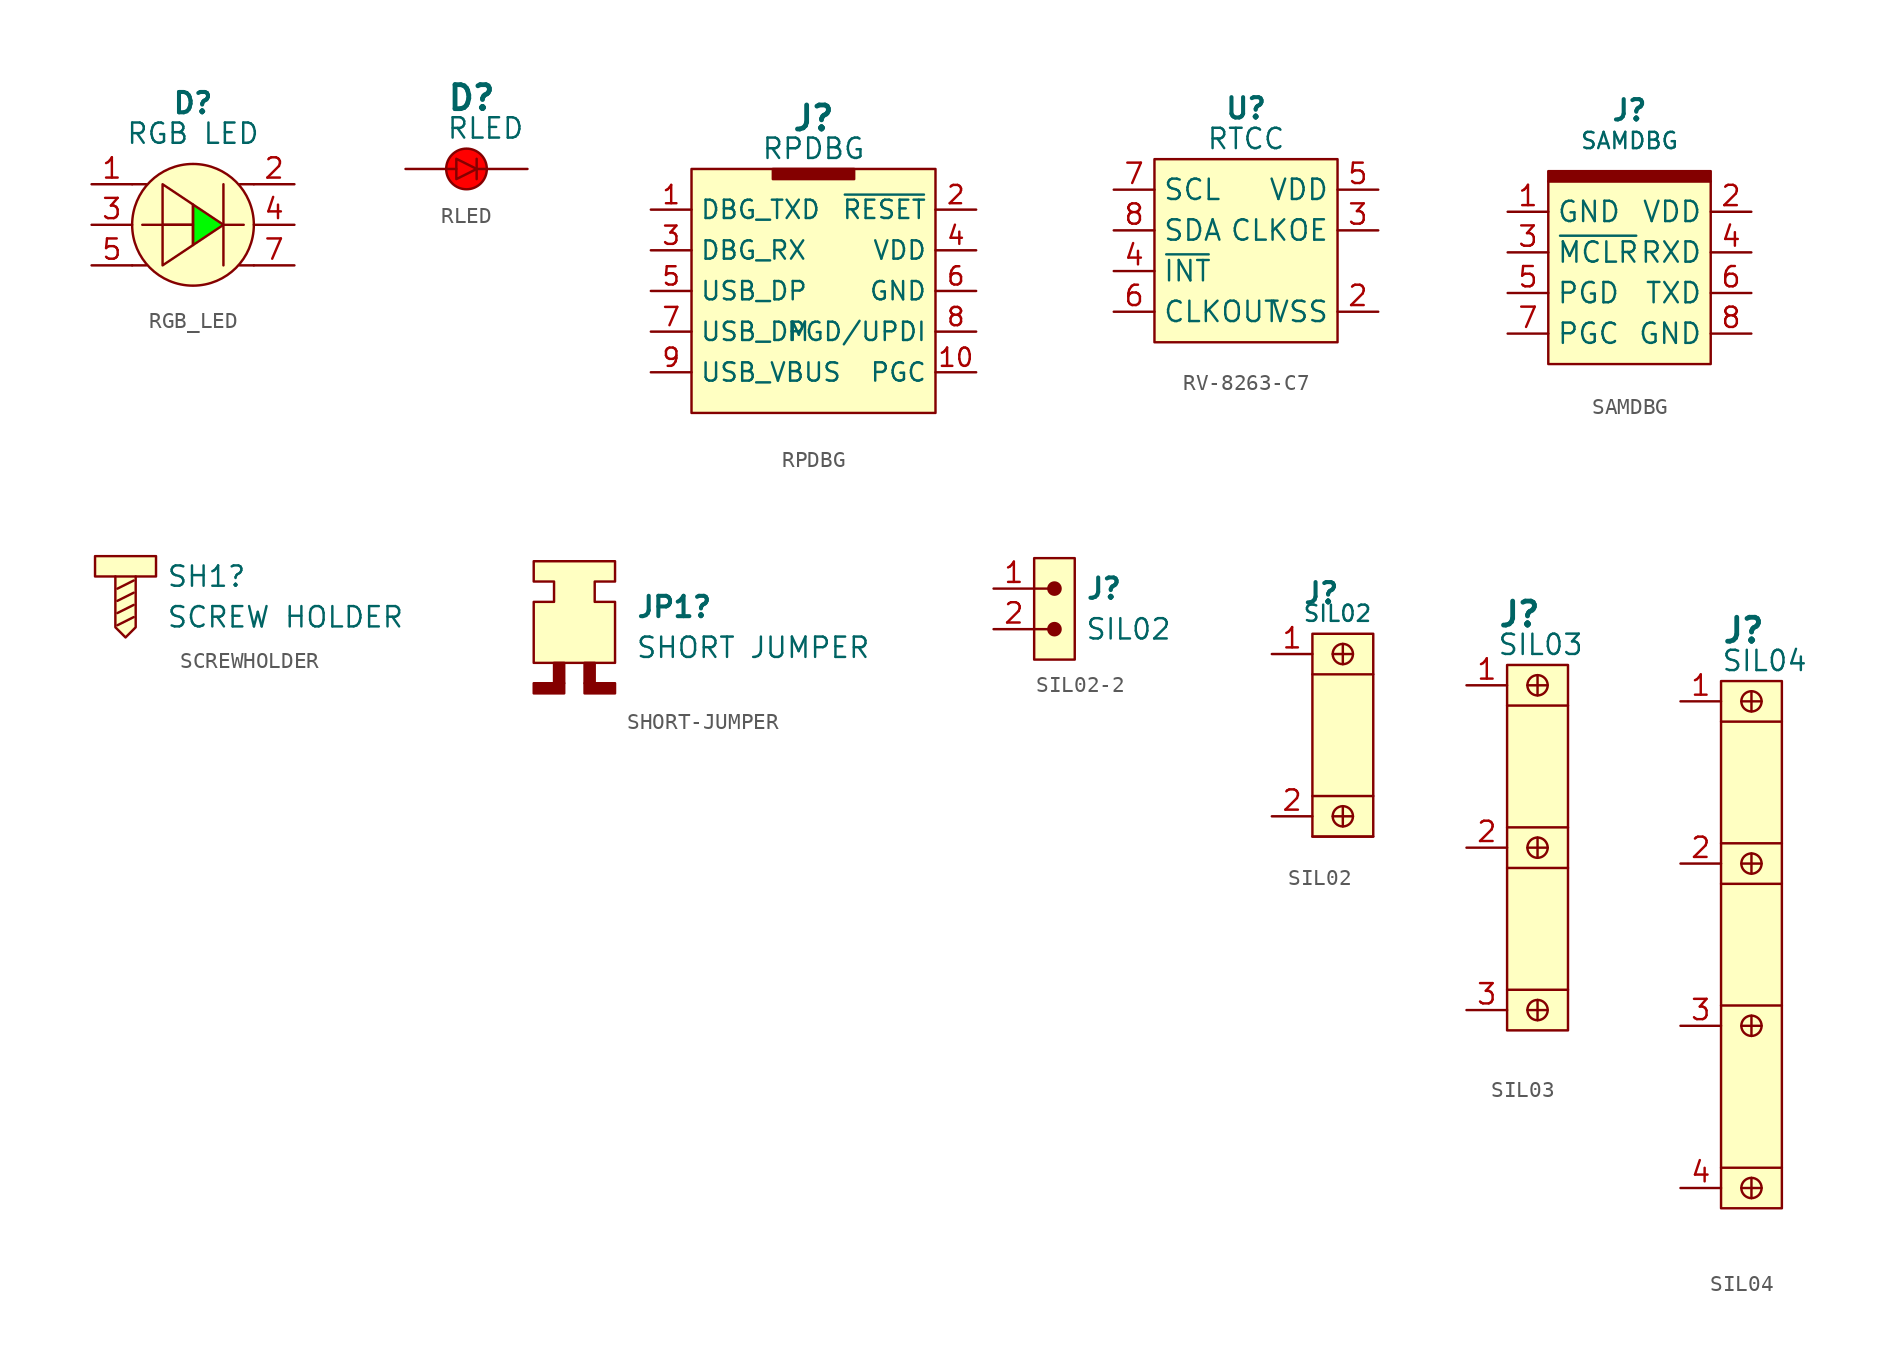
<source format=kicad_sym>
(kicad_symbol_lib
  (version 20231120)
  (generator "kicad_symbol_editor")
  (generator_version "8.0")
  (symbol "RGB_LED"
    (pin_names hide)
    (property "Reference" "D"
      (at 0 0 0)
      (effects (font (size 1.27 1.27) (bold yes))))
    (property "Value" "RGB LED"
      (at 0 -1.905 0)
      (effects (font (size 1.27 1.27))))
    (symbol "RGB_LED_0_1"
      (polyline (pts (xy 1.905 -5.08) (xy 1.905 -10.16)) (stroke (width 0) (type default)) (fill (type none))))
    (symbol "RGB_LED_1_1"
      (circle (center 0 -7.62) (radius 3.81) (stroke (width 0) (type default)) (fill (type background)))
      (polyline (pts (xy -3.81 -10.16) (xy -2.921 -10.16)) (stroke (width 0) (type default)) (fill (type none)))
      (polyline (pts (xy -3.81 -5.08) (xy -2.921 -5.08)) (stroke (width 0) (type default)) (fill (type none)))
      (polyline (pts (xy -1.905 -7.62) (xy -3.175 -7.62)) (stroke (width 0) (type default)) (fill (type none)))
      (polyline (pts (xy 3.175 -7.62) (xy 1.905 -7.62)) (stroke (width 0) (type default)) (fill (type none)))
      (polyline (pts (xy 3.81 -10.16) (xy 2.921 -10.16)) (stroke (width 0) (type default)) (fill (type none)))
      (polyline (pts (xy 3.81 -5.08) (xy 2.921 -5.08)) (stroke (width 0) (type default)) (fill (type none)))
      (polyline (pts (xy 1.905 -7.62) (xy 0 -8.89) (xy 0 -6.35) (xy 1.905 -7.62)) (stroke (width 0) (type default)) (fill (type color) (color 0 250 0 1)))
      (polyline (pts (xy -1.905 -10.16) (xy -1.905 -7.62) (xy 0 -7.62) (xy 0 -8.89) (xy -1.905 -10.16)) (stroke (width 0) (type default)) (fill (type color) (color 0 0 250 1)))
      (polyline (pts (xy -1.905 -5.08) (xy -1.905 -7.62) (xy 0 -7.62) (xy 0 -6.35) (xy -1.905 -5.08)) (stroke (width 0) (type default)) (fill (type color) (color 250 0 0 1)))
      (pin passive line (at -6.35 -5.08 0) (length 2.54) (name "BA" (effects (font (size 1.27 1.27)))) (number "1" (effects (font (size 1.27 1.27)))))
      (pin passive line (at 6.35 -5.08 180) (length 2.54) (name "BK" (effects (font (size 1.27 1.27)))) (number "2" (effects (font (size 1.27 1.27)))))
      (pin passive line (at -6.35 -7.62 0) (length 2.54) (name "RA" (effects (font (size 1.27 1.27)))) (number "3" (effects (font (size 1.27 1.27)))))
      (pin passive line (at 6.35 -7.62 180) (length 2.54) (name "RK" (effects (font (size 1.27 1.27)))) (number "4" (effects (font (size 1.27 1.27)))))
      (pin passive line (at -6.35 -10.16 0) (length 2.54) (name "GA" (effects (font (size 1.27 1.27)))) (number "5" (effects (font (size 1.27 1.27)))))
      (pin passive line (at 6.35 -10.16 180) (length 2.54) (name "GK" (effects (font (size 1.27 1.27)))) (number "7" (effects (font (size 1.27 1.27)))))))
  (symbol "RLED"
    (pin_numbers hide)
    (pin_names hide)
    (property "Reference" "D"
      (at 0 0 0)
      (effects (font (size 1.5 1.5) (bold yes)) (justify left)))
    (property "Value" "RLED"
      (at 0 -1.905 0)
      (effects (font (size 1.27 1.27)) (justify left)))
    (symbol "RLED_0_1"
      (polyline (pts (xy 0 -4.445) (xy 0.635 -4.445)) (stroke (width 0) (type default)) (fill (type none)))
      (polyline (pts (xy 1.905 -4.445) (xy 2.54 -4.445)) (stroke (width 0) (type default)) (fill (type none)))
      (polyline (pts (xy 1.905 -3.81) (xy 1.905 -5.08)) (stroke (width 0) (type default)) (fill (type none))))
    (symbol "RLED_1_1"
      (polyline (pts (xy 0.635 -3.81) (xy 0.635 -5.08) (xy 1.905 -4.445) (xy 0.635 -3.81)) (stroke (width 0) (type default)) (fill (type none)))
      (circle (center 1.27 -4.445) (radius 1.27) (stroke (width 0) (type default)) (fill (type color) (color 255 0 0 1)))
      (pin bidirectional line (at -2.54 -4.445 0) (length 2.54) (name "A" (effects (font (size 1.27 1.27)))) (number "A" (effects (font (size 1.27 1.27)))))
      (pin bidirectional line (at 5.08 -4.445 180) (length 2.54) (name "K" (effects (font (size 1.27 1.27)))) (number "K" (effects (font (size 1.27 1.27)))))))
  (symbol "RPDBG"
    (property "Reference" "J"
      (at 0 10.795 0)
      (effects (font (size 1.5 1.5) (bold yes))))
    (property "Value" "RPDBG"
      (at 0 8.89 0)
      (effects (font (size 1.27 1.27))))
    (symbol "RPDBG_0_1"
      (rectangle (start -7.62 7.62) (end 7.62 -7.62) (stroke (width 0) (type default)) (fill (type background))))
    (symbol "RPDBG_1_1"
      (rectangle (start -2.54 7.62) (end 2.54 6.985) (stroke (width 0) (type default)) (fill (type outline)))
      (pin output line (at -10.16 5.08 0) (length 2.54) (name "DBG_TXD" (effects (font (size 1.143 1.143)))) (number "1" (effects (font (size 1.143 1.143)))))
      (pin output line (at 10.16 -5.08 180) (length 2.54) (name "PGC" (effects (font (size 1.143 1.143)))) (number "10" (effects (font (size 1.143 1.143)))))
      (pin output line (at 10.16 5.08 180) (length 2.54) (name "~{RESET}" (effects (font (size 1.143 1.143)))) (number "2" (effects (font (size 1.143 1.143)))))
      (pin input line (at -10.16 2.54 0) (length 2.54) (name "DBG_RX" (effects (font (size 1.143 1.143)))) (number "3" (effects (font (size 1.143 1.143)))))
      (pin input line (at 10.16 2.54 180) (length 2.54) (name "VDD" (effects (font (size 1.143 1.143)))) (number "4" (effects (font (size 1.143 1.143)))))
      (pin bidirectional line (at -10.16 0 0) (length 2.54) (name "USB_DP" (effects (font (size 1.143 1.143)))) (number "5" (effects (font (size 1.143 1.143)))))
      (pin bidirectional line (at 10.16 0 180) (length 2.54) (name "GND" (effects (font (size 1.143 1.143)))) (number "6" (effects (font (size 1.143 1.143)))))
      (pin bidirectional line (at -10.16 -2.54 0) (length 2.54) (name "USB_DM" (effects (font (size 1.143 1.143)))) (number "7" (effects (font (size 1.143 1.143)))))
      (pin bidirectional line (at 10.16 -2.54 180) (length 2.54) (name "PGD/UPDI" (effects (font (size 1.143 1.143)))) (number "8" (effects (font (size 1.143 1.143)))))
      (pin output line (at -10.16 -5.08 0) (length 2.54) (name "USB_VBUS" (effects (font (size 1.143 1.143)))) (number "9" (effects (font (size 1.143 1.143)))))))
  (symbol "RV-8263-C7"
    (property "Reference" "U"
      (at 0 0 0)
      (effects (font (size 1.27 1.27) (bold yes))))
    (property "Value" "RTCC"
      (at 0 -1.905 0)
      (effects (font (size 1.27 1.27))))
    (symbol "RV-8263-C7_1_1"
      (rectangle (start -5.715 -3.175) (end 5.715 -14.605) (stroke (width 0) (type default)) (fill (type background)))
      (pin no_connect line (at 8.255 -10.16 180) (length 2.54) hide (name "NC" (effects (font (size 1.27 1.27)))) (number "1" (effects (font (size 1.27 1.27)))))
      (pin bidirectional line (at 8.255 -12.7 180) (length 2.54) (name "VSS" (effects (font (size 1.27 1.27)))) (number "2" (effects (font (size 1.27 1.27)))))
      (pin input line (at 8.255 -7.62 180) (length 2.54) (name "CLKOE" (effects (font (size 1.27 1.27)))) (number "3" (effects (font (size 1.27 1.27)))))
      (pin output line (at -8.255 -10.16 0) (length 2.54) (name "~{INT}" (effects (font (size 1.27 1.27)))) (number "4" (effects (font (size 1.27 1.27)))))
      (pin power_in line (at 8.255 -5.08 180) (length 2.54) (name "VDD" (effects (font (size 1.27 1.27)))) (number "5" (effects (font (size 1.27 1.27)))))
      (pin output line (at -8.255 -12.7 0) (length 2.54) (name "CLKOUT" (effects (font (size 1.27 1.27)))) (number "6" (effects (font (size 1.27 1.27)))))
      (pin input line (at -8.255 -5.08 0) (length 2.54) (name "SCL" (effects (font (size 1.27 1.27)))) (number "7" (effects (font (size 1.27 1.27)))))
      (pin bidirectional line (at -8.255 -7.62 0) (length 2.54) (name "SDA" (effects (font (size 1.27 1.27)))) (number "8" (effects (font (size 1.27 1.27)))))))
  (symbol "SAMDBG"
    (property "Reference" "J"
      (at 0 0 0)
      (effects (font (size 1.27 1.27) (bold yes))))
    (property "Value" "SAMDBG"
      (at 0 -1.905 0)
      (effects (font (size 1.016 1.016))))
    (symbol "SAMDBG_1_0"
      (pin bidirectional line (at -7.62 -6.35 0) (length 2.54) (name "GND" (effects (font (size 1.27 1.27)))) (number "1" (effects (font (size 1.27 1.27)))))
      (pin bidirectional line (at 7.62 -6.35 180) (length 2.54) (name "VDD" (effects (font (size 1.27 1.27)))) (number "2" (effects (font (size 1.27 1.27)))))
      (pin bidirectional line (at -7.62 -8.89 0) (length 2.54) (name "~{MCLR}" (effects (font (size 1.27 1.27)))) (number "3" (effects (font (size 1.27 1.27)))))
      (pin bidirectional line (at 7.62 -8.89 180) (length 2.54) (name "RXD" (effects (font (size 1.27 1.27)))) (number "4" (effects (font (size 1.27 1.27)))))
      (pin bidirectional line (at -7.62 -11.43 0) (length 2.54) (name "PGD" (effects (font (size 1.27 1.27)))) (number "5" (effects (font (size 1.27 1.27)))))
      (pin bidirectional line (at 7.62 -11.43 180) (length 2.54) (name "TXD" (effects (font (size 1.27 1.27)))) (number "6" (effects (font (size 1.27 1.27)))))
      (pin bidirectional line (at -7.62 -13.97 0) (length 2.54) (name "PGC" (effects (font (size 1.27 1.27)))) (number "7" (effects (font (size 1.27 1.27)))))
      (pin bidirectional line (at 7.62 -13.97 180) (length 2.54) (name "GND" (effects (font (size 1.27 1.27)))) (number "8" (effects (font (size 1.27 1.27))))))
    (symbol "SAMDBG_1_1"
      (rectangle (start -5.08 -4.445) (end 5.08 -15.875) (stroke (width 0) (type default)) (fill (type background)))
      (rectangle (start -5.08 -3.81) (end 5.08 -4.445) (stroke (width 0) (type default)) (fill (type outline)))))
  (symbol "SCREWHOLDER"
    (pin_numbers hide)
    (pin_names hide)
    (property "Reference" "SH1"
      (at 2.54 -2.54 0)
      (effects (font (size 1.27 1.27)) (justify left)))
    (property "Value" "SCREW HOLDER"
      (at 2.54 -5.08 0)
      (effects (font (size 1.27 1.27)) (justify left)))
    (symbol "SCREWHOLDER_1_1"
      (polyline (pts (xy -0.508 -5.588) (xy 0.508 -5.08)) (stroke (width 0) (type default)) (fill (type none)))
      (polyline (pts (xy -0.508 -4.826) (xy 0.508 -4.318)) (stroke (width 0) (type default)) (fill (type none)))
      (polyline (pts (xy -0.508 -4.064) (xy 0.508 -3.556)) (stroke (width 0) (type default)) (fill (type none)))
      (polyline (pts (xy -0.508 -3.302) (xy 0.508 -2.794)) (stroke (width 0) (type default)) (fill (type none)))
      (polyline (pts (xy 0.635 -2.54) (xy -0.635 -2.54)) (stroke (width 0) (type default)) (fill (type none)))
      (polyline (pts (xy -1.905 -1.27) (xy 1.905 -1.27) (xy 1.905 -2.54) (xy 0.635 -2.54) (xy 0.635 -5.715) (xy 0 -6.35) (xy -0.635 -5.715) (xy -0.635 -2.54) (xy -1.905 -2.54) (xy -1.905 -1.27)) (stroke (width 0) (type default)) (fill (type background)))))
  (symbol "SHORT-JUMPER"
    (property "Reference" "JP1"
      (at 3.81 -6.032 0)
      (effects (font (size 1.27 1.27) (bold yes)) (justify left)))
    (property "Value" "SHORT JUMPER"
      (at 3.81 -8.572 0)
      (effects (font (size 1.27 1.27)) (justify left)))
    (symbol "SHORT-JUMPER_1_1"
      (rectangle (start -2.54 -10.795) (end -0.635 -11.43) (stroke (width 0) (type default)) (fill (type outline)))
      (rectangle (start -1.27 -9.525) (end -0.635 -10.795) (stroke (width 0) (type default)) (fill (type outline)))
      (polyline (pts (xy -2.54 -4.445) (xy -1.27 -4.445) (xy -1.27 -5.715) (xy -2.54 -5.715) (xy -2.54 -9.525) (xy 2.54 -9.525) (xy 2.54 -5.715) (xy 1.27 -5.715) (xy 1.27 -4.445) (xy 2.54 -4.445) (xy 2.54 -3.175) (xy -2.54 -3.175) (xy -2.54 -4.445)) (stroke (width 0) (type default)) (fill (type background)))
      (rectangle (start 0.635 -10.795) (end 2.54 -11.43) (stroke (width 0) (type default)) (fill (type outline)))
      (rectangle (start 0.635 -9.525) (end 1.27 -10.795) (stroke (width 0) (type default)) (fill (type outline)))))
  (symbol "SIL02-2"
    (pin_names hide)
    (property "Reference" "J"
      (at 1.905 -5.08 0)
      (effects (font (size 1.27 1.27) (bold yes)) (justify left)))
    (property "Value" "SIL02"
      (at 1.905 -7.62 0)
      (effects (font (size 1.27 1.27)) (justify left)))
    (symbol "SIL02-2_1_0"
      (pin passive line (at -3.81 -7.62 0) (length 2.54) (name "2" (effects (font (size 1.27 1.27)))) (number "2" (effects (font (size 1.27 1.27))))))
    (symbol "SIL02-2_1_1"
      (rectangle (start -1.27 -3.175) (end 1.27 -9.525) (stroke (width 0) (type default)) (fill (type background)))
      (circle (center 0 -7.62) (radius 0.381) (stroke (width 0) (type default)) (fill (type outline)))
      (circle (center 0 -5.08) (radius 0.381) (stroke (width 0) (type default)) (fill (type outline)))
      (polyline (pts (xy -1.27 -7.62) (xy 0 -7.62)) (stroke (width 0) (type default)) (fill (type none)))
      (polyline (pts (xy -1.27 -5.08) (xy 0 -5.08)) (stroke (width 0) (type default)) (fill (type none)))
      (pin passive line (at -3.81 -5.08 0) (length 2.54) (name "1" (effects (font (size 1.27 1.27)))) (number "1" (effects (font (size 1.27 1.27)))))))
  (symbol "SIL02"
    (pin_names hide)
    (property "Reference" "J"
      (at 0 0 0)
      (effects (font (size 1.27 1.27) (bold yes)) (justify left)))
    (property "Value" "SIL02"
      (at 0 -1.27 0)
      (effects (font (size 1.016 1.016)) (justify left)))
    (symbol "SIL02_0_1"
      (polyline (pts (xy 0.635 -12.7) (xy 4.445 -12.7)) (stroke (width 0) (type default)) (fill (type none)))
      (polyline (pts (xy 0.635 -5.08) (xy 4.445 -5.08)) (stroke (width 0) (type default)) (fill (type none)))
      (polyline (pts (xy 1.905 -13.97) (xy 3.175 -13.97)) (stroke (width 0) (type default)) (fill (type none)))
      (polyline (pts (xy 1.905 -3.81) (xy 3.175 -3.81)) (stroke (width 0) (type default)) (fill (type none)))
      (polyline (pts (xy 2.54 -13.335) (xy 2.54 -14.605)) (stroke (width 0) (type default)) (fill (type none)))
      (polyline (pts (xy 2.54 -3.175) (xy 2.54 -4.445)) (stroke (width 0) (type default)) (fill (type none)))
      (polyline (pts (xy 4.445 -15.24) (xy 0.635 -15.24)) (stroke (width 0) (type default)) (fill (type none)))
      (circle (center 2.54 -13.97) (radius 0.635) (stroke (width 0) (type default)) (fill (type none)))
      (circle (center 2.54 -3.81) (radius 0.635) (stroke (width 0) (type default)) (fill (type none))))
    (symbol "SIL02_1_1"
      (rectangle (start 0.635 -2.54) (end 4.445 -15.24) (stroke (width 0) (type default)) (fill (type background)))
      (pin bidirectional line (at -1.905 -3.81 0) (length 2.54) (name "1" (effects (font (size 1.27 1.27)))) (number "1" (effects (font (size 1.27 1.27)))))
      (pin bidirectional line (at -1.905 -13.97 0) (length 2.54) (name "2" (effects (font (size 1.27 1.27)))) (number "2" (effects (font (size 1.27 1.27)))))))
  (symbol "SIL03"
    (pin_names hide)
    (property "Reference" "J"
      (at -0.635 1.905 0)
      (effects (font (size 1.5 1.5) (bold yes)) (justify left)))
    (property "Value" "SIL03"
      (at -0.635 0 0)
      (effects (font (size 1.27 1.27)) (justify left)))
    (symbol "SIL03_0_1"
      (polyline (pts (xy 0 -21.59) (xy 3.81 -21.59)) (stroke (width 0) (type default)) (fill (type none)))
      (polyline (pts (xy 0 -11.43) (xy 3.81 -11.43)) (stroke (width 0) (type default)) (fill (type none)))
      (polyline (pts (xy 0 -3.81) (xy 3.81 -3.81)) (stroke (width 0) (type default)) (fill (type none)))
      (polyline (pts (xy 1.27 -22.86) (xy 2.54 -22.86)) (stroke (width 0) (type default)) (fill (type none)))
      (polyline (pts (xy 1.27 -12.7) (xy 2.54 -12.7)) (stroke (width 0) (type default)) (fill (type none)))
      (polyline (pts (xy 1.27 -2.54) (xy 2.54 -2.54)) (stroke (width 0) (type default)) (fill (type none)))
      (polyline (pts (xy 1.905 -22.225) (xy 1.905 -23.495)) (stroke (width 0) (type default)) (fill (type none)))
      (polyline (pts (xy 1.905 -12.065) (xy 1.905 -13.335)) (stroke (width 0) (type default)) (fill (type none)))
      (polyline (pts (xy 1.905 -1.905) (xy 1.905 -3.175)) (stroke (width 0) (type default)) (fill (type none)))
      (polyline (pts (xy 3.81 -13.97) (xy 0 -13.97)) (stroke (width 0) (type default)) (fill (type none)))
      (circle (center 1.905 -22.86) (radius 0.635) (stroke (width 0) (type default)) (fill (type none)))
      (circle (center 1.905 -12.7) (radius 0.635) (stroke (width 0) (type default)) (fill (type none)))
      (circle (center 1.905 -2.54) (radius 0.635) (stroke (width 0) (type default)) (fill (type none))))
    (symbol "SIL03_1_1"
      (rectangle (start 0 -1.27) (end 3.81 -24.13) (stroke (width 0) (type default)) (fill (type background)))
      (pin bidirectional line (at -2.54 -2.54 0) (length 2.54) (name "1" (effects (font (size 1.27 1.27)))) (number "1" (effects (font (size 1.27 1.27)))))
      (pin bidirectional line (at -2.54 -12.7 0) (length 2.54) (name "2" (effects (font (size 1.27 1.27)))) (number "2" (effects (font (size 1.27 1.27)))))
      (pin bidirectional line (at -2.54 -22.86 0) (length 2.54) (name "3" (effects (font (size 1.27 1.27)))) (number "3" (effects (font (size 1.27 1.27)))))))
  (symbol "SIL04"
    (pin_names hide)
    (property "Reference" "J"
      (at 0 -0.635 0)
      (effects (font (size 1.5 1.5) (bold yes)) (justify left)))
    (property "Value" "SIL04"
      (at 0 -2.54 0)
      (effects (font (size 1.27 1.27)) (justify left)))
    (symbol "SIL04_0_1"
      (polyline (pts (xy 0 -34.29) (xy 3.81 -34.29)) (stroke (width 0) (type default)) (fill (type none)))
      (polyline (pts (xy 0 -24.13) (xy 3.81 -24.13)) (stroke (width 0) (type default)) (fill (type none)))
      (polyline (pts (xy 0 -13.97) (xy 3.81 -13.97)) (stroke (width 0) (type default)) (fill (type none)))
      (polyline (pts (xy 0 -6.35) (xy 3.81 -6.35)) (stroke (width 0) (type default)) (fill (type none)))
      (polyline (pts (xy 1.27 -35.56) (xy 2.54 -35.56)) (stroke (width 0) (type default)) (fill (type none)))
      (polyline (pts (xy 1.27 -25.4) (xy 2.54 -25.4)) (stroke (width 0) (type default)) (fill (type none)))
      (polyline (pts (xy 1.27 -15.24) (xy 2.54 -15.24)) (stroke (width 0) (type default)) (fill (type none)))
      (polyline (pts (xy 1.27 -5.08) (xy 2.54 -5.08)) (stroke (width 0) (type default)) (fill (type none)))
      (polyline (pts (xy 1.905 -34.925) (xy 1.905 -36.195)) (stroke (width 0) (type default)) (fill (type none)))
      (polyline (pts (xy 1.905 -24.765) (xy 1.905 -26.035)) (stroke (width 0) (type default)) (fill (type none)))
      (polyline (pts (xy 1.905 -14.605) (xy 1.905 -15.875)) (stroke (width 0) (type default)) (fill (type none)))
      (polyline (pts (xy 1.905 -4.445) (xy 1.905 -5.715)) (stroke (width 0) (type default)) (fill (type none)))
      (polyline (pts (xy 3.81 -16.51) (xy 0 -16.51)) (stroke (width 0) (type default)) (fill (type none)))
      (circle (center 1.905 -35.56) (radius 0.635) (stroke (width 0) (type default)) (fill (type none)))
      (circle (center 1.905 -25.4) (radius 0.635) (stroke (width 0) (type default)) (fill (type none)))
      (circle (center 1.905 -15.24) (radius 0.635) (stroke (width 0) (type default)) (fill (type none)))
      (circle (center 1.905 -5.08) (radius 0.635) (stroke (width 0) (type default)) (fill (type none))))
    (symbol "SIL04_1_1"
      (rectangle (start 0 -3.81) (end 3.81 -36.83) (stroke (width 0) (type default)) (fill (type background)))
      (pin bidirectional line (at -2.54 -5.08 0) (length 2.54) (name "1" (effects (font (size 1.27 1.27)))) (number "1" (effects (font (size 1.27 1.27)))))
      (pin bidirectional line (at -2.54 -15.24 0) (length 2.54) (name "2" (effects (font (size 1.27 1.27)))) (number "2" (effects (font (size 1.27 1.27)))))
      (pin bidirectional line (at -2.54 -25.4 0) (length 2.54) (name "3" (effects (font (size 1.27 1.27)))) (number "3" (effects (font (size 1.27 1.27)))))
      (pin bidirectional line (at -2.54 -35.56 0) (length 2.54) (name "4" (effects (font (size 1.27 1.27)))) (number "4" (effects (font (size 1.27 1.27))))))))
</source>
